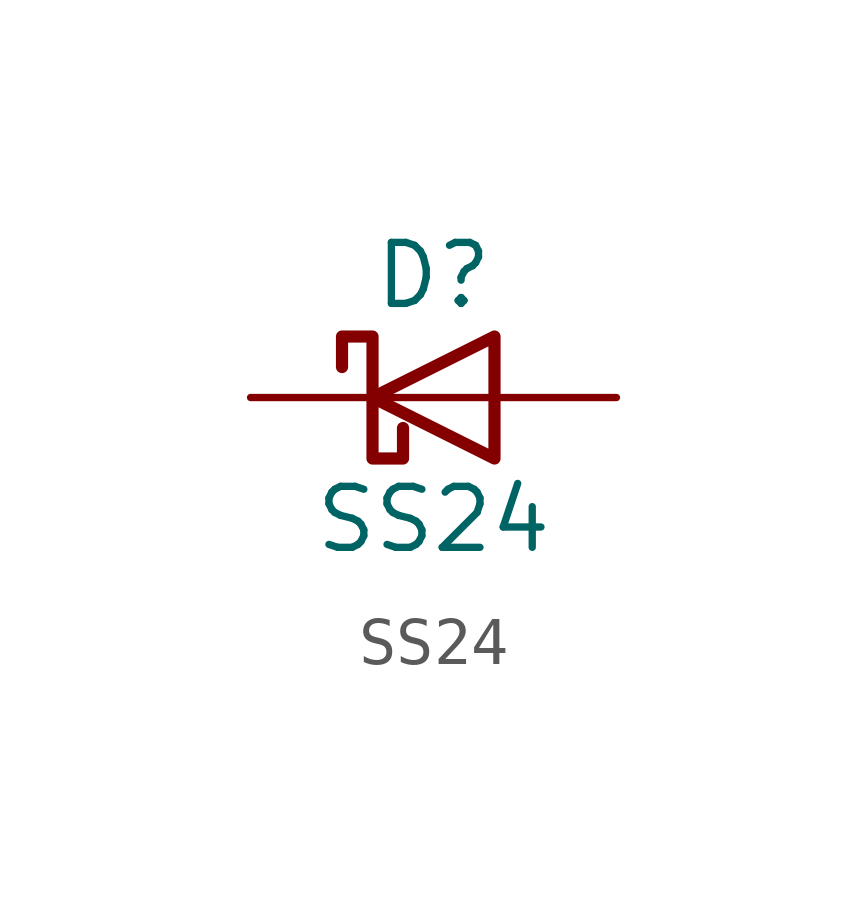
<source format=kicad_sym>
(kicad_symbol_lib
  (version 20231120)
  (generator "kicad_symbol_editor")
  (generator_version "8.0")
  (symbol "SS24"
    (pin_numbers hide)
    (pin_names
      (offset 1.016) hide)
    (property "Reference" "D"
      (at 0 2.54 0)
      (effects (font (size 1.27 1.27))))
    (property "Value" "SS24"
      (at 0 -2.54 0)
      (effects (font (size 1.27 1.27))))
    (symbol "SS24_0_1"
      (polyline (pts (xy 1.27 0) (xy -1.27 0)) (stroke (width 0) (type default)) (fill (type none)))
      (polyline (pts (xy 1.27 1.27) (xy 1.27 -1.27) (xy -1.27 0) (xy 1.27 1.27)) (stroke (width 0.254) (type default)) (fill (type none)))
      (polyline (pts (xy -1.905 0.635) (xy -1.905 1.27) (xy -1.27 1.27) (xy -1.27 -1.27) (xy -0.635 -1.27) (xy -0.635 -0.635)) (stroke (width 0.254) (type default)) (fill (type none))))
    (symbol "SS24_1_1"
      (pin passive line (at -3.81 0 0) (length 2.54) (name "K" (effects (font (size 1.27 1.27)))) (number "1" (effects (font (size 1.27 1.27)))))
      (pin passive line (at 3.81 0 180) (length 2.54) (name "A" (effects (font (size 1.27 1.27)))) (number "2" (effects (font (size 1.27 1.27))))))))
</source>
